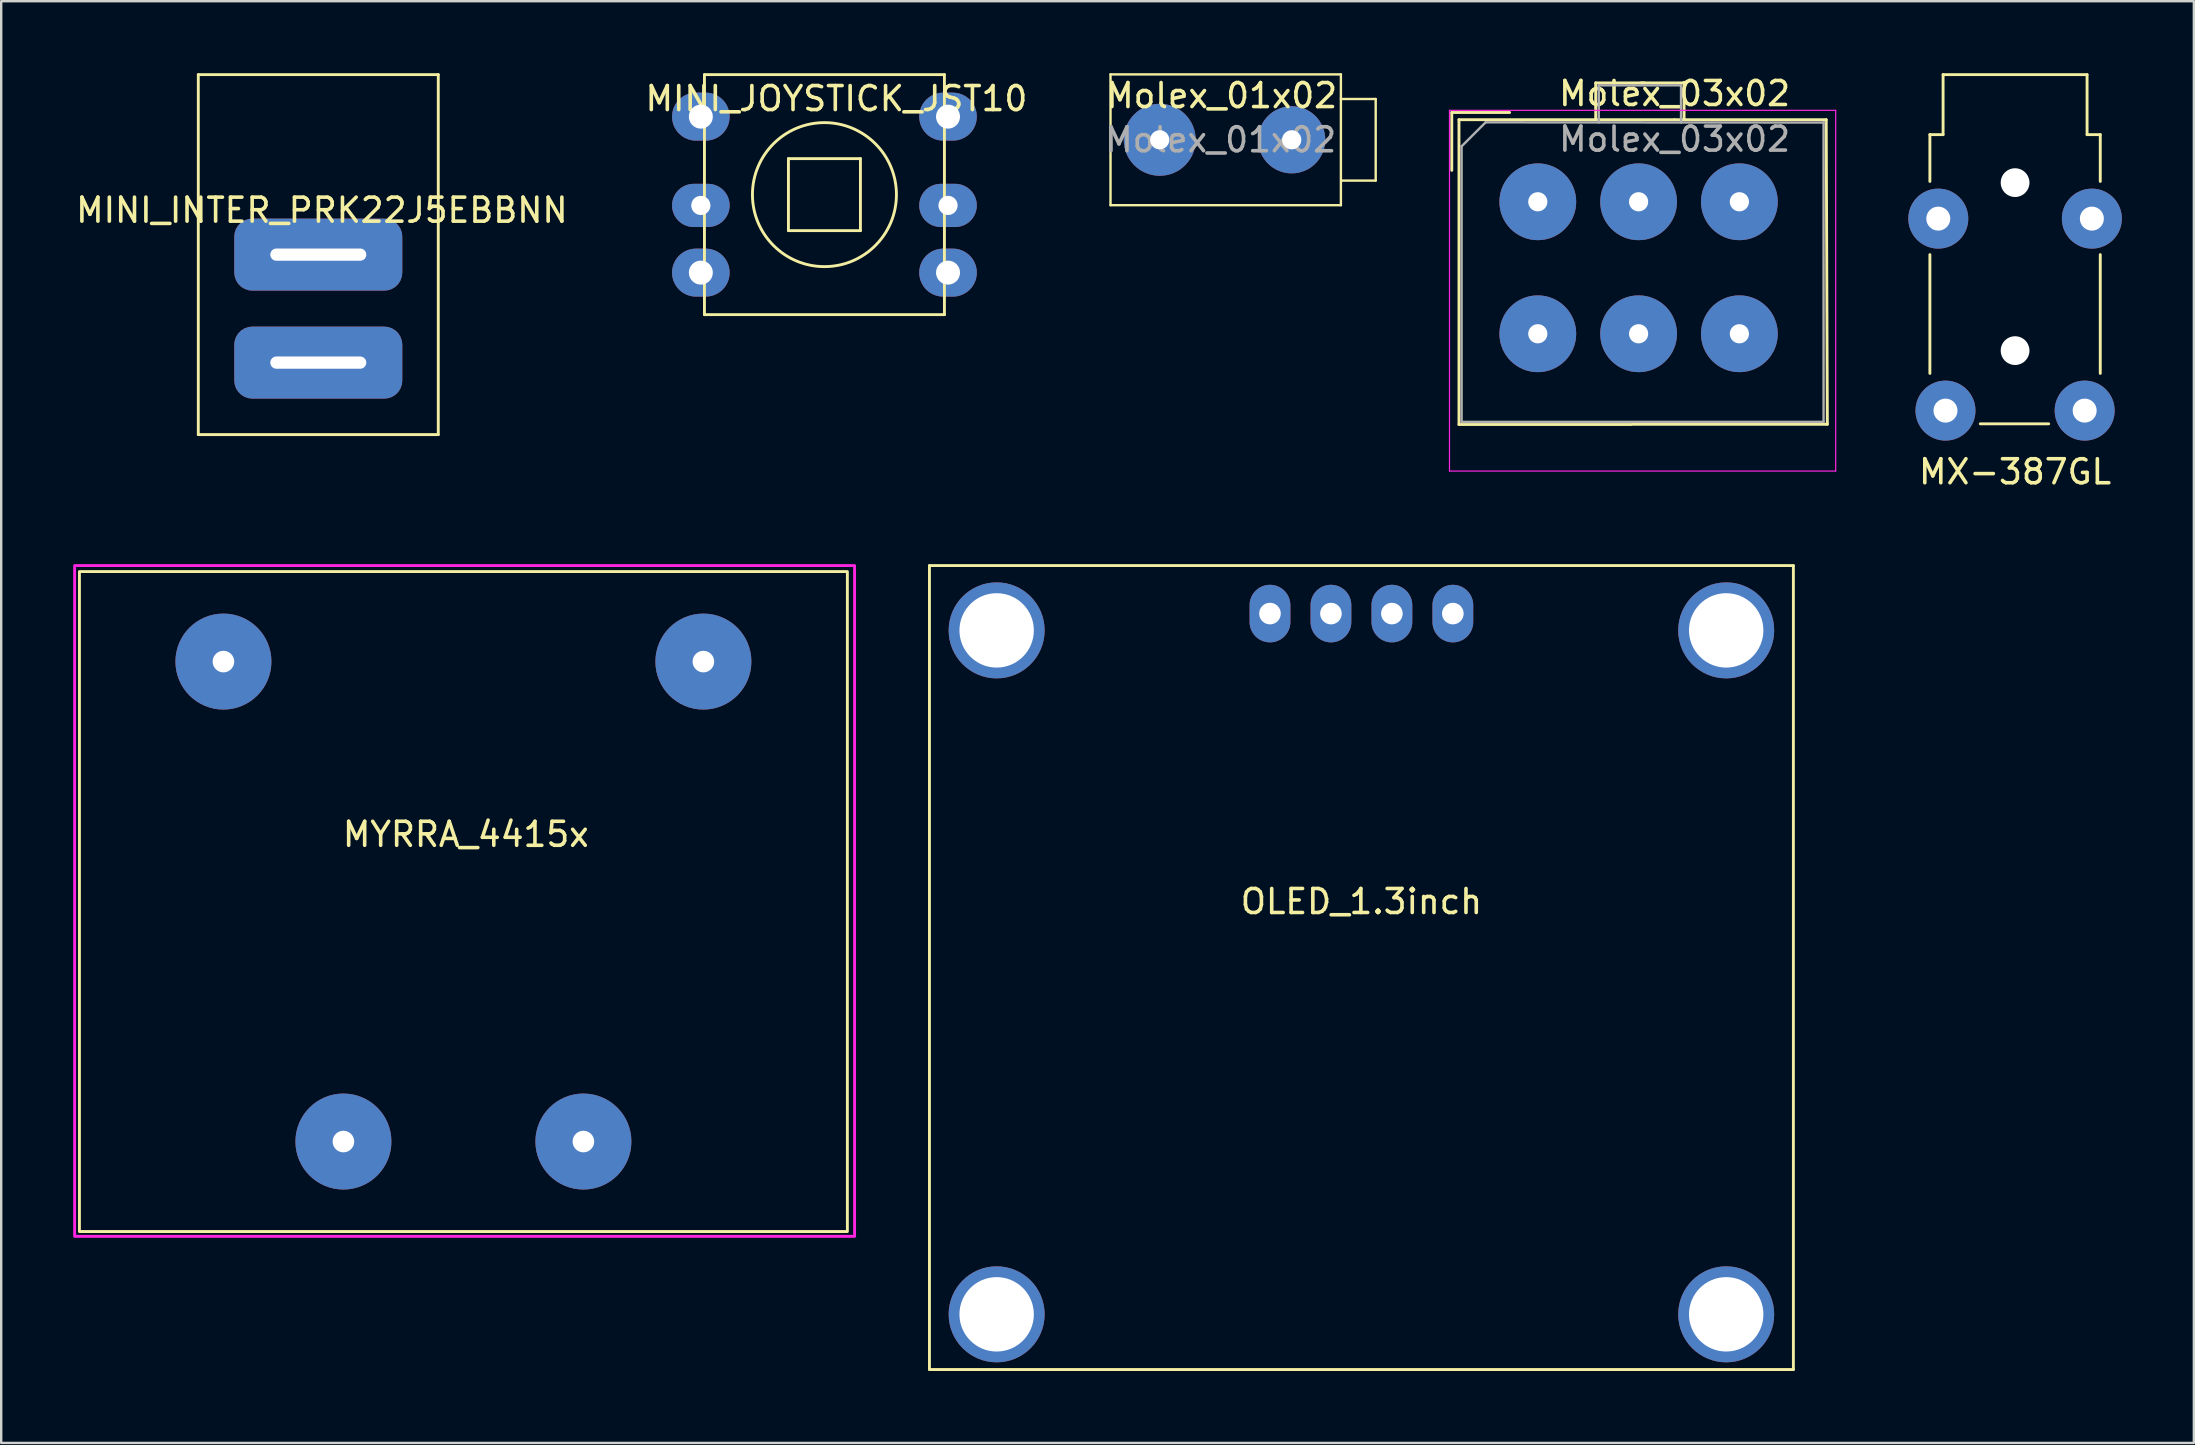
<source format=kicad_pcb>
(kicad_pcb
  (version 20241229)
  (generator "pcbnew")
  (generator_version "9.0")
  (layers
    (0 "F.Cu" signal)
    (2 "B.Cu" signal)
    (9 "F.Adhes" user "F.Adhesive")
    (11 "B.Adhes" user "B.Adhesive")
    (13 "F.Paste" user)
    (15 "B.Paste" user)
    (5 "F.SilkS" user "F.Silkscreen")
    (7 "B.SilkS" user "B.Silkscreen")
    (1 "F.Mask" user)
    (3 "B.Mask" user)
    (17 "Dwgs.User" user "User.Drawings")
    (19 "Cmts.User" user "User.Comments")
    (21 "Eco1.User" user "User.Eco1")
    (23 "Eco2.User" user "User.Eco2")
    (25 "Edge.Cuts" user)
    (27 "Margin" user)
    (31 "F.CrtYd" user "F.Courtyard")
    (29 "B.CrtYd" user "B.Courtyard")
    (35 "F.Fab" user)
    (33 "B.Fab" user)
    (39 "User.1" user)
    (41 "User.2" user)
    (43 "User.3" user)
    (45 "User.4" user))
  (footprint "Molex_01x02"
    (layer "F.Cu")
    (at 45.275 2.775)
    (property "Reference" "Molex_01x02" (at 2.58 -1.84 180) (layer "F.SilkS") (effects (font (size 1 1) (thickness 0.15))))
    (attr through_hole)
    (fp_line (start -2.05 -2.725) (end -2.05 2.725) (stroke (width 0.1) (type solid)) (layer "F.SilkS"))
    (fp_line (start -2.05 -2.725) (end 7.55 -2.725) (stroke (width 0.1) (type solid)) (layer "F.SilkS"))
    (fp_line (start 7.55 -1.7) (end 9 -1.7) (stroke (width 0.1) (type solid)) (layer "F.SilkS"))
    (fp_line (start 7.55 2.725) (end -2.05 2.725) (stroke (width 0.1) (type solid)) (layer "F.SilkS"))
    (fp_line (start 7.55 2.725) (end 7.55 -2.725) (stroke (width 0.1) (type solid)) (layer "F.SilkS"))
    (fp_line (start 9 -1.7) (end 9 1.7) (stroke (width 0.1) (type solid)) (layer "F.SilkS"))
    (fp_line (start 9 1.7) (end 7.56 1.7) (stroke (width 0.1) (type solid)) (layer "F.SilkS"))
    (fp_text user "${REFERENCE}" (at 2.54 0 180) (layer "F.Fab") (effects (font (size 1 1) (thickness 0.15))))
    (pad "1" thru_hole circle (at 0 0) (size 3 3) (drill 0.8) (layers "*.Cu" "*.Mask"))
    (pad "2" thru_hole circle (at 5.5 0) (size 2.8 2.8) (drill 0.8) (layers "*.Cu" "*.Mask")))
  (footprint "OLED_1.3inch"
    (layer "F.Cu")
    (at 53.68 22.518)
    (property "Reference" "OLED_1.3inch" (at 0 12 0) (layer "F.SilkS") (effects (font (size 1 1) (thickness 0.15))))
    (attr through_hole)
    (fp_line (start -18 -2) (end -18 31.5) (stroke (width 0.12) (type solid)) (layer "F.SilkS"))
    (fp_line (start -18 31.5) (end 18 31.5) (stroke (width 0.12) (type solid)) (layer "F.SilkS"))
    (fp_line (start 18 -2) (end -18 -2) (stroke (width 0.12) (type solid)) (layer "F.SilkS"))
    (fp_line (start 18 31.5) (end 18 -2) (stroke (width 0.12) (type solid)) (layer "F.SilkS"))
    (pad "" thru_hole circle (at -15.2 0.7) (size 4 4) (drill 3.1) (layers "*.Cu" "*.Mask"))
    (pad "" thru_hole circle (at -15.2 29.2) (size 4 4) (drill 3.1) (layers "*.Cu" "*.Mask"))
    (pad "" thru_hole circle (at 15.2 0.7) (size 4 4) (drill 3.1) (layers "*.Cu" "*.Mask"))
    (pad "" thru_hole circle (at 15.2 29.2) (size 4 4) (drill 3.1) (layers "*.Cu" "*.Mask"))
    (pad "1" thru_hole oval (at -3.81 0) (size 1.7 2.4) (drill 0.9) (layers "*.Cu" "*.Mask"))
    (pad "2" thru_hole oval (at -1.27 0) (size 1.7 2.4) (drill 0.9) (layers "*.Cu" "*.Mask"))
    (pad "3" thru_hole oval (at 1.27 0) (size 1.7 2.4) (drill 0.9) (layers "*.Cu" "*.Mask"))
    (pad "4" thru_hole oval (at 3.81 0) (size 1.7 2.4) (drill 0.9) (layers "*.Cu" "*.Mask")))
  (footprint "Molex_03x02"
    (layer "F.Cu")
    (at 61.03 5.358)
    (property "Reference" "Molex_03x02" (at 5.7 -4.51 0) (layer "F.SilkS") (effects (font (size 1 1) (thickness 0.15))))
    (attr through_hole)
    (fp_line (start -3.585 -3.72) (end -1.175 -3.72) (stroke (width 0.12) (type solid)) (layer "F.SilkS"))
    (fp_line (start -3.585 -1.31) (end -3.585 -3.72) (stroke (width 0.12) (type solid)) (layer "F.SilkS"))
    (fp_line (start -3.285 -3.42) (end -3.285 9.28) (stroke (width 0.12) (type solid)) (layer "F.SilkS"))
    (fp_line (start -3.285 9.28) (end 3.89 9.28) (stroke (width 0.12) (type solid)) (layer "F.SilkS"))
    (fp_line (start 2.413 -4.953) (end 2.413 -3.429) (stroke (width 0.12) (type solid)) (layer "F.SilkS"))
    (fp_line (start 2.413 -4.953) (end 4.445 -4.953) (stroke (width 0.12) (type solid)) (layer "F.SilkS"))
    (fp_line (start 5.7 -3.42) (end -3.285 -3.42) (stroke (width 0.12) (type solid)) (layer "F.SilkS"))
    (fp_line (start 5.7 -3.42) (end 12.018 -3.42) (stroke (width 0.12) (type solid)) (layer "F.SilkS"))
    (fp_line (start 6.096 -4.979) (end 6.096 -3.429) (stroke (width 0.12) (type solid)) (layer "F.SilkS"))
    (fp_line (start 6.113 -4.953) (end 4.303 -4.953) (stroke (width 0.12) (type solid)) (layer "F.SilkS"))
    (fp_line (start 12.018 -3.42) (end 12.065 9.271) (stroke (width 0.12) (type solid)) (layer "F.SilkS"))
    (fp_line (start 12.065 9.271) (end 3.937 9.271) (stroke (width 0.12) (type solid)) (layer "F.SilkS"))
    (fp_line (start -3.68 -3.81) (end -3.68 11.22) (stroke (width 0.05) (type solid)) (layer "F.CrtYd"))
    (fp_line (start -3.68 11.22) (end 12.413 11.22) (stroke (width 0.05) (type solid)) (layer "F.CrtYd"))
    (fp_line (start 12.413 -3.81) (end -3.68 -3.81) (stroke (width 0.05) (type solid)) (layer "F.CrtYd"))
    (fp_line (start 12.413 11.22) (end 12.413 -3.81) (stroke (width 0.05) (type solid)) (layer "F.CrtYd"))
    (fp_line (start -3.175 -2.31) (end -3.175 9.17) (stroke (width 0.1) (type solid)) (layer "F.Fab"))
    (fp_line (start -3.175 9.17) (end 11.908 9.17) (stroke (width 0.1) (type solid)) (layer "F.Fab"))
    (fp_line (start -2.175 -3.31) (end -3.175 -2.31) (stroke (width 0.1) (type solid)) (layer "F.Fab"))
    (fp_line (start 2.54 -4.852) (end 2.54 -3.302) (stroke (width 0.1) (type solid)) (layer "F.Fab"))
    (fp_line (start 2.54 -4.852) (end 5.94 -4.852) (stroke (width 0.1) (type solid)) (layer "F.Fab"))
    (fp_line (start 5.969 -3.302) (end 5.969 -4.852) (stroke (width 0.1) (type solid)) (layer "F.Fab"))
    (fp_line (start 11.908 9.17) (end 11.908 -3.31) (stroke (width 0.1) (type solid)) (layer "F.Fab"))
    (fp_line (start 11.938 -3.302) (end -2.175 -3.31) (stroke (width 0.1) (type solid)) (layer "F.Fab"))
    (fp_text user "${REFERENCE}" (at 5.7 -2.61 0) (layer "F.Fab") (effects (font (size 1 1) (thickness 0.15))))
    (pad "1" thru_hole circle (at 0 0) (size 3.2 3.2) (drill 0.8) (layers "*.Cu" "*.Mask"))
    (pad "2" thru_hole circle (at 4.2 0) (size 3.2 3.2) (drill 0.8) (layers "*.Cu" "*.Mask"))
    (pad "3" thru_hole circle (at 8.4 0) (size 3.2 3.2) (drill 0.8) (layers "*.Cu" "*.Mask"))
    (pad "4" thru_hole circle (at 8.4 5.5) (size 3.2 3.2) (drill 0.8) (layers "*.Cu" "*.Mask"))
    (pad "5" thru_hole circle (at 4.2 5.5) (size 3.2 3.2) (drill 0.8) (layers "*.Cu" "*.Mask"))
    (pad "6" thru_hole circle (at 0 5.5) (size 3.2 3.2) (drill 0.8) (layers "*.Cu" "*.Mask")))
  (footprint "MINI_INTER_PRK22J5EBBNN"
    (layer "F.Cu")
    (at 10.213 7.56)
    (property "Reference" "MINI_INTER_PRK22J5EBBNN" (at 0.15 -1.85 0) (layer "F.SilkS") (effects (font (size 1 1) (thickness 0.15))))
    (attr through_hole)
    (fp_line (start -5 -7.5) (end 5 -7.5) (stroke (width 0.12) (type solid)) (layer "F.SilkS"))
    (fp_line (start -5 7.5) (end -5 -7.5) (stroke (width 0.12) (type solid)) (layer "F.SilkS"))
    (fp_line (start 5 7.5) (end -5 7.5) (stroke (width 0.12) (type solid)) (layer "F.SilkS"))
    (fp_line (start 5 7.5) (end 5 -7.5) (stroke (width 0.12) (type solid)) (layer "F.SilkS"))
    (pad "1" thru_hole roundrect (at 0 0) (size 7 3) (drill oval 4 0.51) (layers "*.Cu" "*.Mask") (roundrect_rratio 0.25))
    (pad "2" thru_hole roundrect (at 0 4.5) (size 7 3) (drill oval 4 0.51) (layers "*.Cu" "*.Mask") (roundrect_rratio 0.25)))
  (footprint "MINI_JOYSTICK_JST10"
    (layer "F.Cu")
    (at 31.304 5.06)
    (property "Reference" "MINI_JOYSTICK_JST10" (at 0.5 -4 0) (layer "F.SilkS") (effects (font (size 1 1) (thickness 0.15))))
    (attr through_hole)
    (fp_line (start -5 -5) (end -5 5) (stroke (width 0.12) (type solid)) (layer "F.SilkS"))
    (fp_line (start -5 5) (end 5 5) (stroke (width 0.12) (type solid)) (layer "F.SilkS"))
    (fp_line (start -1.5 -1.5) (end 1.5 -1.5) (stroke (width 0.12) (type solid)) (layer "F.SilkS"))
    (fp_line (start -1.5 1.5) (end -1.5 -1.5) (stroke (width 0.12) (type solid)) (layer "F.SilkS"))
    (fp_line (start 1.5 -1.5) (end 1.5 1.5) (stroke (width 0.12) (type solid)) (layer "F.SilkS"))
    (fp_line (start 1.5 1.5) (end -1.5 1.5) (stroke (width 0.12) (type solid)) (layer "F.SilkS"))
    (fp_line (start 5 -5) (end -5 -5) (stroke (width 0.12) (type solid)) (layer "F.SilkS"))
    (fp_line (start 5 5) (end 5 -5) (stroke (width 0.12) (type solid)) (layer "F.SilkS"))
    (fp_circle (center 0 0) (end 0 -3) (stroke (width 0.12) (type solid)) (fill no) (layer "F.SilkS"))
    (pad "1" thru_hole oval (at -5.15 -3.25) (size 2.4 2) (drill 1) (layers "*.Cu" "*.Mask"))
    (pad "2" thru_hole oval (at -5.15 0.45) (size 2.4 1.8) (drill 0.8) (layers "*.Cu" "*.Mask"))
    (pad "3" thru_hole oval (at -5.15 3.25) (size 2.4 2) (drill 1) (layers "*.Cu" "*.Mask"))
    (pad "4" thru_hole oval (at 5.15 3.25) (size 2.4 2) (drill 1) (layers "*.Cu" "*.Mask"))
    (pad "5" thru_hole oval (at 5.15 0.45) (size 2.4 1.8) (drill 0.8) (layers "*.Cu" "*.Mask"))
    (pad "6" thru_hole oval (at 5.15 -3.25) (size 2.4 2) (drill 1) (layers "*.Cu" "*.Mask")))
  (footprint "MX-387GL"
    (layer "F.Cu")
    (at 80.918 6.06)
    (property "Reference" "MX-387GL" (at 0 10.55 0) (unlocked yes) (layer "F.SilkS") (effects (font (size 1 1) (thickness 0.15))))
    (attr smd)
    (fp_line (start -3.55 -3.5) (end -3.55 -1.55) (stroke (width 0.12) (type default)) (layer "F.SilkS"))
    (fp_line (start -3.55 1.5) (end -3.55 6.45) (stroke (width 0.12) (type default)) (layer "F.SilkS"))
    (fp_line (start -3 -6) (end 3 -6) (stroke (width 0.12) (type default)) (layer "F.SilkS"))
    (fp_line (start -3 -3.5) (end -3.55 -3.5) (stroke (width 0.12) (type default)) (layer "F.SilkS"))
    (fp_line (start -3 -3.5) (end -3 -6) (stroke (width 0.12) (type default)) (layer "F.SilkS"))
    (fp_line (start -1.45 8.55) (end 1.4 8.55) (stroke (width 0.12) (type default)) (layer "F.SilkS"))
    (fp_line (start 3 -6) (end 3 -3.5) (stroke (width 0.12) (type default)) (layer "F.SilkS"))
    (fp_line (start 3 -3.5) (end 3.55 -3.5) (stroke (width 0.12) (type default)) (layer "F.SilkS"))
    (fp_line (start 3.55 -3.5) (end 3.55 -1.55) (stroke (width 0.12) (type default)) (layer "F.SilkS"))
    (fp_line (start 3.55 1.5) (end 3.55 6.45) (stroke (width 0.12) (type default)) (layer "F.SilkS"))
    (pad "" np_thru_hole circle (at 0 -1.5) (size 1.2 1.2) (drill 1.2) (layers "*.Cu" "*.Mask"))
    (pad "" np_thru_hole circle (at 0 5.5) (size 1.2 1.2) (drill 1.2) (layers "*.Cu" "*.Mask"))
    (pad "R" thru_hole circle (at 2.9 8) (size 2.5 2.5) (drill 1) (layers "*.Cu" "*.Mask"))
    (pad "S" thru_hole circle (at -3.2 0) (size 2.5 2.5) (drill 1) (layers "*.Cu" "*.Mask"))
    (pad "S" thru_hole circle (at 3.2 0) (size 2.5 2.5) (drill 1) (layers "*.Cu" "*.Mask"))
    (pad "T" thru_hole circle (at -2.9 8) (size 2.5 2.5) (drill 1) (layers "*.Cu" "*.Mask")))
  (footprint "MYRRA_4415x"
    (layer "F.Cu")
    (at 16.26 34.518)
    (property "Reference" "MYRRA_4415x" (at 0.1 -2.8 0) (unlocked yes) (layer "F.SilkS") (effects (font (size 1 1) (thickness 0.15))))
    (attr smd)
    (fp_rect (start -16 -13.75) (end 16 13.75) (stroke (width 0.12) (type default)) (fill no) (layer "F.SilkS"))
    (fp_rect (start -16.2 -14) (end 16.3 13.95) (stroke (width 0.12) (type default)) (fill no) (layer "F.CrtYd"))
    (pad "1" thru_hole circle (at -10 -10) (size 4 4) (drill 0.9) (layers "*.Cu" "*.Mask"))
    (pad "2" thru_hole circle (at 10 -10) (size 4 4) (drill 0.9) (layers "*.Cu" "*.Mask"))
    (pad "3" thru_hole circle (at -5 10) (size 4 4) (drill 0.9) (layers "*.Cu" "*.Mask"))
    (pad "4" thru_hole circle (at 5 10) (size 4 4) (drill 0.9) (layers "*.Cu" "*.Mask")))
  (gr_rect
    (start -3 -3)
    (end 88.368 57.078)
    (stroke (width 0.1) (type default))
    (fill no)
    (layer "Edge.Cuts")))
</source>
